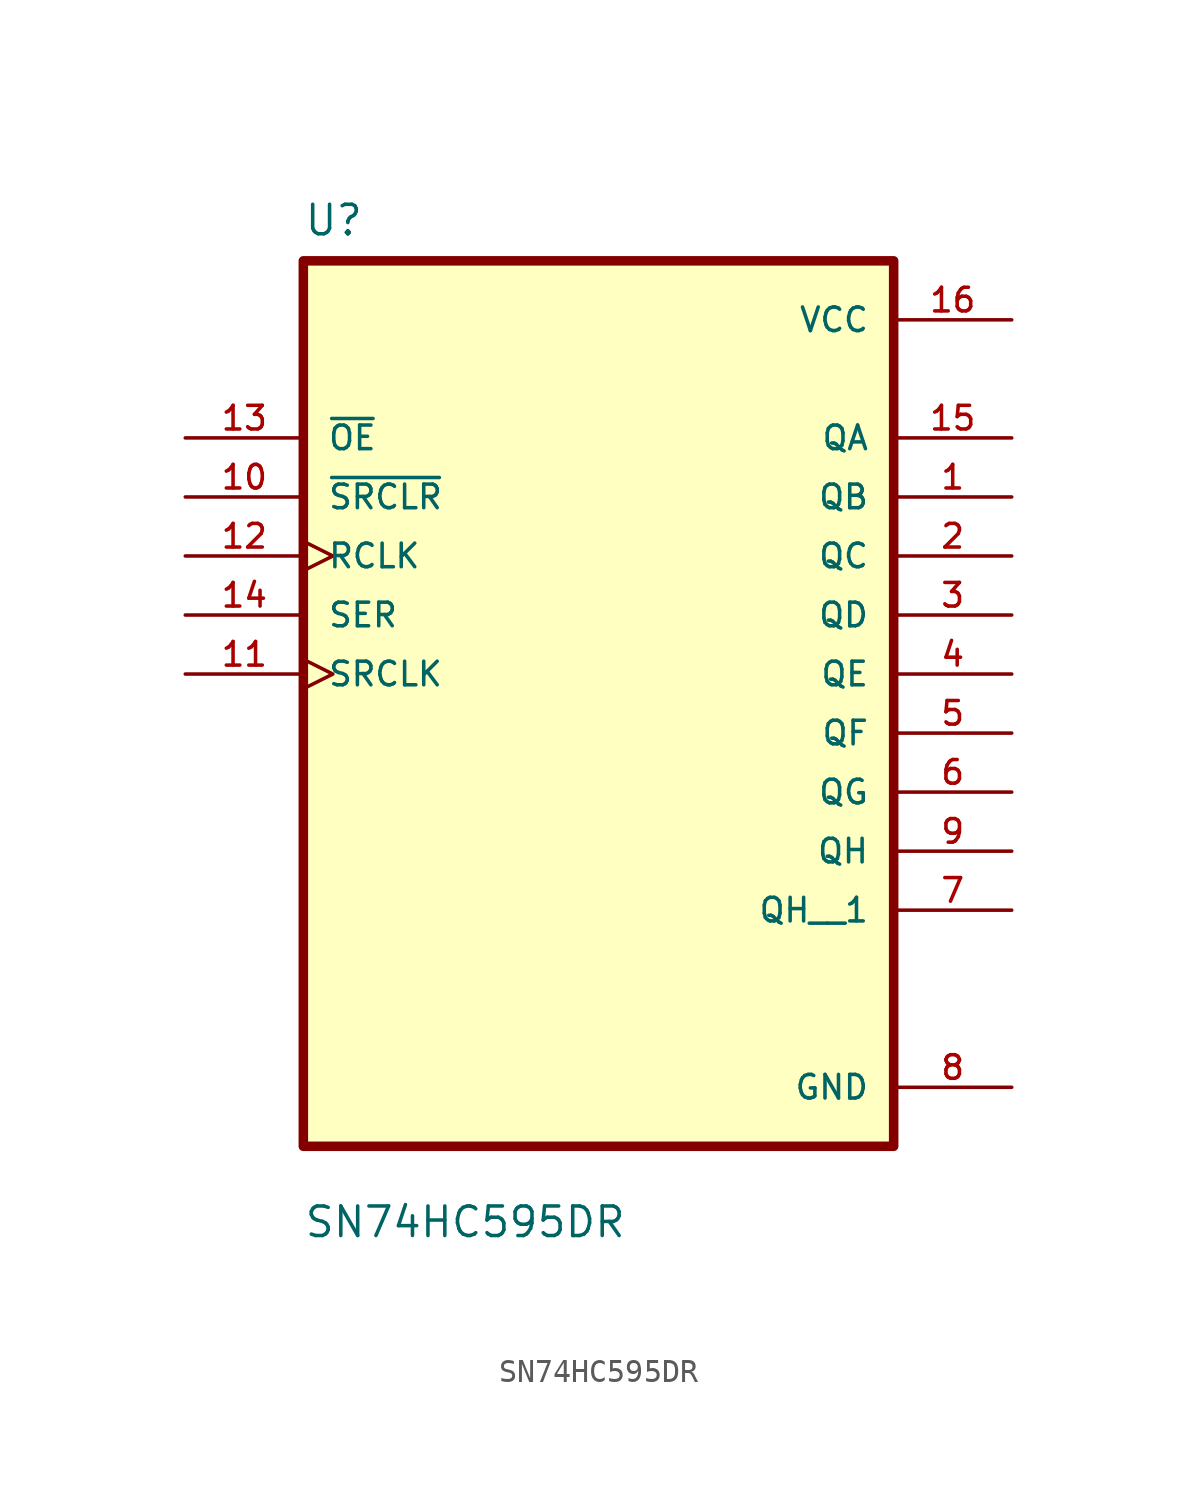
<source format=kicad_sym>
(kicad_symbol_lib
  (version 20211014)
  (generator kicad_symbol_editor)
  (symbol "SN74HC595DR"
    (pin_names
      (offset 1.016))
    (property "Reference" "U"
      (at -12.7 18.78 0.0)
      (effects (font (size 1.27 1.27)) (justify bottom left)))
    (property "Value" "SN74HC595DR"
      (at -12.7 -24.32 0.0)
      (effects (font (size 1.27 1.27)) (justify bottom left)))
    (symbol "SN74HC595DR_0_0"
      (rectangle (start -12.7 -20.32) (end 12.7 17.78) (stroke (width 0.41)) (fill (type background)))
      (pin input line (at -17.78 10.16 0) (length 5.08) (name "~{OE}" (effects (font (size 1.016 1.016)))) (number "13" (effects (font (size 1.016 1.016)))))
      (pin input line (at -17.78 7.62 0) (length 5.08) (name "~{SRCLR}" (effects (font (size 1.016 1.016)))) (number "10" (effects (font (size 1.016 1.016)))))
      (pin input clock (at -17.78 5.08 0) (length 5.08) (name "RCLK" (effects (font (size 1.016 1.016)))) (number "12" (effects (font (size 1.016 1.016)))))
      (pin input line (at -17.78 2.54 0) (length 5.08) (name "SER" (effects (font (size 1.016 1.016)))) (number "14" (effects (font (size 1.016 1.016)))))
      (pin input clock (at -17.78 0.0 0) (length 5.08) (name "SRCLK" (effects (font (size 1.016 1.016)))) (number "11" (effects (font (size 1.016 1.016)))))
      (pin power_in line (at 17.78 15.24 180.0) (length 5.08) (name "VCC" (effects (font (size 1.016 1.016)))) (number "16" (effects (font (size 1.016 1.016)))))
      (pin output line (at 17.78 10.16 180.0) (length 5.08) (name "QA" (effects (font (size 1.016 1.016)))) (number "15" (effects (font (size 1.016 1.016)))))
      (pin output line (at 17.78 7.62 180.0) (length 5.08) (name "QB" (effects (font (size 1.016 1.016)))) (number "1" (effects (font (size 1.016 1.016)))))
      (pin output line (at 17.78 5.08 180.0) (length 5.08) (name "QC" (effects (font (size 1.016 1.016)))) (number "2" (effects (font (size 1.016 1.016)))))
      (pin output line (at 17.78 2.54 180.0) (length 5.08) (name "QD" (effects (font (size 1.016 1.016)))) (number "3" (effects (font (size 1.016 1.016)))))
      (pin output line (at 17.78 1.77636e-15 180.0) (length 5.08) (name "QE" (effects (font (size 1.016 1.016)))) (number "4" (effects (font (size 1.016 1.016)))))
      (pin output line (at 17.78 -2.54 180.0) (length 5.08) (name "QF" (effects (font (size 1.016 1.016)))) (number "5" (effects (font (size 1.016 1.016)))))
      (pin output line (at 17.78 -5.08 180.0) (length 5.08) (name "QG" (effects (font (size 1.016 1.016)))) (number "6" (effects (font (size 1.016 1.016)))))
      (pin output line (at 17.78 -7.62 180.0) (length 5.08) (name "QH" (effects (font (size 1.016 1.016)))) (number "9" (effects (font (size 1.016 1.016)))))
      (pin power_in line (at 17.78 -17.78 180.0) (length 5.08) (name "GND" (effects (font (size 1.016 1.016)))) (number "8" (effects (font (size 1.016 1.016)))))
      (pin output line (at 17.78 -10.16 180.0) (length 5.08) (name "QH__1" (effects (font (size 1.016 1.016)))) (number "7" (effects (font (size 1.016 1.016))))))))
</source>
